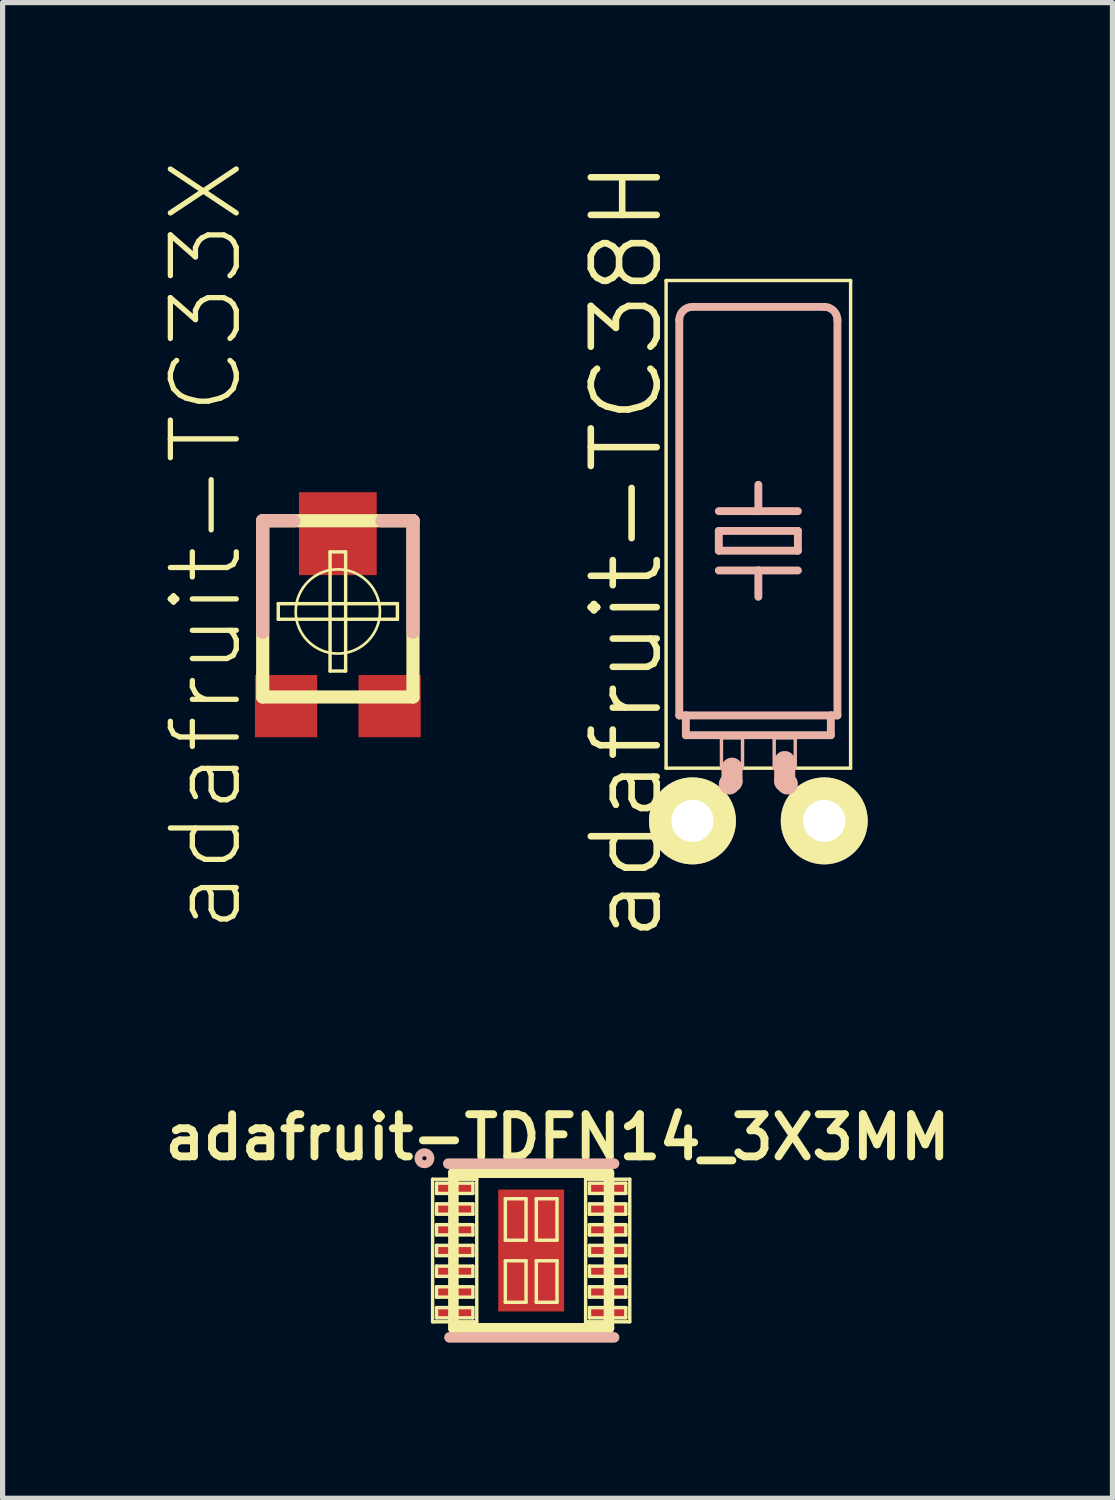
<source format=kicad_pcb>
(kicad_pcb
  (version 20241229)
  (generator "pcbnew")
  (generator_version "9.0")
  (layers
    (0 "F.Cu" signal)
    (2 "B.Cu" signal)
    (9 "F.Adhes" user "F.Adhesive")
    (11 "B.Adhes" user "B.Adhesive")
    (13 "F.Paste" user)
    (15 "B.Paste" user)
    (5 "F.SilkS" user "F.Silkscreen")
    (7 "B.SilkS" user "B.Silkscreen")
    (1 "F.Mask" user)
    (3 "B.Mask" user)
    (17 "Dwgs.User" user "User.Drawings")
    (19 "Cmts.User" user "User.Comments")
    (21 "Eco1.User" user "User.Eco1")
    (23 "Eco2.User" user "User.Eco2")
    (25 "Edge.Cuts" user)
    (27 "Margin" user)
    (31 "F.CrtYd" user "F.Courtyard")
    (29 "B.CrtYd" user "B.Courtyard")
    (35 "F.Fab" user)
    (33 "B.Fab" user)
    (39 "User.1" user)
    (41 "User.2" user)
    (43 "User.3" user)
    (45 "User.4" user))
  (footprint "adafruit-TDFN14_3X3MM"
    (layer "F.Cu")
    (at 7.187 21.05)
    (property "Reference" "adafruit-TDFN14_3X3MM" (at 0.508 -2.182 0) (layer "F.SilkS") (effects (font (size 0.813 0.813) (thickness 0.152))))
    (attr smd)
    (fp_line (start -1.9 -1.374) (end -1.049 -1.374) (stroke (width 0.066) (type solid)) (layer "F.SilkS"))
    (fp_line (start -1.9 1.374) (end -1.9 -1.374) (stroke (width 0.066) (type solid)) (layer "F.SilkS"))
    (fp_line (start -1.9 1.374) (end -1.049 1.374) (stroke (width 0.066) (type solid)) (layer "F.SilkS"))
    (fp_line (start -1.824 -1.298) (end -1.123 -1.298) (stroke (width 0.066) (type solid)) (layer "F.SilkS"))
    (fp_line (start -1.824 -1.1) (end -1.824 -1.298) (stroke (width 0.066) (type solid)) (layer "F.SilkS"))
    (fp_line (start -1.824 -1.1) (end -1.123 -1.1) (stroke (width 0.066) (type solid)) (layer "F.SilkS"))
    (fp_line (start -1.824 -0.899) (end -1.123 -0.899) (stroke (width 0.066) (type solid)) (layer "F.SilkS"))
    (fp_line (start -1.824 -0.699) (end -1.824 -0.899) (stroke (width 0.066) (type solid)) (layer "F.SilkS"))
    (fp_line (start -1.824 -0.699) (end -1.123 -0.699) (stroke (width 0.066) (type solid)) (layer "F.SilkS"))
    (fp_line (start -1.824 -0.498) (end -1.123 -0.498) (stroke (width 0.066) (type solid)) (layer "F.SilkS"))
    (fp_line (start -1.824 -0.3) (end -1.824 -0.498) (stroke (width 0.066) (type solid)) (layer "F.SilkS"))
    (fp_line (start -1.824 -0.3) (end -1.123 -0.3) (stroke (width 0.066) (type solid)) (layer "F.SilkS"))
    (fp_line (start -1.824 -0.099) (end -1.123 -0.099) (stroke (width 0.066) (type solid)) (layer "F.SilkS"))
    (fp_line (start -1.824 0.099) (end -1.824 -0.099) (stroke (width 0.066) (type solid)) (layer "F.SilkS"))
    (fp_line (start -1.824 0.099) (end -1.123 0.099) (stroke (width 0.066) (type solid)) (layer "F.SilkS"))
    (fp_line (start -1.824 0.3) (end -1.123 0.3) (stroke (width 0.066) (type solid)) (layer "F.SilkS"))
    (fp_line (start -1.824 0.498) (end -1.824 0.3) (stroke (width 0.066) (type solid)) (layer "F.SilkS"))
    (fp_line (start -1.824 0.498) (end -1.123 0.498) (stroke (width 0.066) (type solid)) (layer "F.SilkS"))
    (fp_line (start -1.824 0.699) (end -1.123 0.699) (stroke (width 0.066) (type solid)) (layer "F.SilkS"))
    (fp_line (start -1.824 0.899) (end -1.824 0.699) (stroke (width 0.066) (type solid)) (layer "F.SilkS"))
    (fp_line (start -1.824 0.899) (end -1.123 0.899) (stroke (width 0.066) (type solid)) (layer "F.SilkS"))
    (fp_line (start -1.824 1.1) (end -1.123 1.1) (stroke (width 0.066) (type solid)) (layer "F.SilkS"))
    (fp_line (start -1.824 1.298) (end -1.824 1.1) (stroke (width 0.066) (type solid)) (layer "F.SilkS"))
    (fp_line (start -1.824 1.298) (end -1.123 1.298) (stroke (width 0.066) (type solid)) (layer "F.SilkS"))
    (fp_line (start -1.499 -1.499) (end 1.499 -1.499) (stroke (width 0.203) (type solid)) (layer "F.SilkS"))
    (fp_line (start -1.499 1.499) (end -1.499 -1.499) (stroke (width 0.203) (type solid)) (layer "F.SilkS"))
    (fp_line (start -1.123 -1.1) (end -1.123 -1.298) (stroke (width 0.066) (type solid)) (layer "F.SilkS"))
    (fp_line (start -1.123 -0.699) (end -1.123 -0.899) (stroke (width 0.066) (type solid)) (layer "F.SilkS"))
    (fp_line (start -1.123 -0.3) (end -1.123 -0.498) (stroke (width 0.066) (type solid)) (layer "F.SilkS"))
    (fp_line (start -1.123 0.099) (end -1.123 -0.099) (stroke (width 0.066) (type solid)) (layer "F.SilkS"))
    (fp_line (start -1.123 0.498) (end -1.123 0.3) (stroke (width 0.066) (type solid)) (layer "F.SilkS"))
    (fp_line (start -1.123 0.899) (end -1.123 0.699) (stroke (width 0.066) (type solid)) (layer "F.SilkS"))
    (fp_line (start -1.123 1.298) (end -1.123 1.1) (stroke (width 0.066) (type solid)) (layer "F.SilkS"))
    (fp_line (start -1.049 1.374) (end -1.049 -1.374) (stroke (width 0.066) (type solid)) (layer "F.SilkS"))
    (fp_line (start -0.498 -0.998) (end -0.099 -0.998) (stroke (width 0.066) (type solid)) (layer "F.SilkS"))
    (fp_line (start -0.498 -0.198) (end -0.498 -0.998) (stroke (width 0.066) (type solid)) (layer "F.SilkS"))
    (fp_line (start -0.498 -0.198) (end -0.099 -0.198) (stroke (width 0.066) (type solid)) (layer "F.SilkS"))
    (fp_line (start -0.498 0.198) (end -0.099 0.198) (stroke (width 0.066) (type solid)) (layer "F.SilkS"))
    (fp_line (start -0.498 0.998) (end -0.498 0.198) (stroke (width 0.066) (type solid)) (layer "F.SilkS"))
    (fp_line (start -0.498 0.998) (end -0.099 0.998) (stroke (width 0.066) (type solid)) (layer "F.SilkS"))
    (fp_line (start -0.099 -0.198) (end -0.099 -0.998) (stroke (width 0.066) (type solid)) (layer "F.SilkS"))
    (fp_line (start -0.099 0.998) (end -0.099 0.198) (stroke (width 0.066) (type solid)) (layer "F.SilkS"))
    (fp_line (start 0.099 -0.998) (end 0.498 -0.998) (stroke (width 0.066) (type solid)) (layer "F.SilkS"))
    (fp_line (start 0.099 -0.198) (end 0.099 -0.998) (stroke (width 0.066) (type solid)) (layer "F.SilkS"))
    (fp_line (start 0.099 -0.198) (end 0.498 -0.198) (stroke (width 0.066) (type solid)) (layer "F.SilkS"))
    (fp_line (start 0.099 0.198) (end 0.498 0.198) (stroke (width 0.066) (type solid)) (layer "F.SilkS"))
    (fp_line (start 0.099 0.998) (end 0.099 0.198) (stroke (width 0.066) (type solid)) (layer "F.SilkS"))
    (fp_line (start 0.099 0.998) (end 0.498 0.998) (stroke (width 0.066) (type solid)) (layer "F.SilkS"))
    (fp_line (start 0.498 -0.198) (end 0.498 -0.998) (stroke (width 0.066) (type solid)) (layer "F.SilkS"))
    (fp_line (start 0.498 0.998) (end 0.498 0.198) (stroke (width 0.066) (type solid)) (layer "F.SilkS"))
    (fp_line (start 1.049 -1.374) (end 1.9 -1.374) (stroke (width 0.066) (type solid)) (layer "F.SilkS"))
    (fp_line (start 1.049 1.374) (end 1.049 -1.374) (stroke (width 0.066) (type solid)) (layer "F.SilkS"))
    (fp_line (start 1.049 1.374) (end 1.9 1.374) (stroke (width 0.066) (type solid)) (layer "F.SilkS"))
    (fp_line (start 1.123 -1.298) (end 1.824 -1.298) (stroke (width 0.066) (type solid)) (layer "F.SilkS"))
    (fp_line (start 1.123 -1.1) (end 1.123 -1.298) (stroke (width 0.066) (type solid)) (layer "F.SilkS"))
    (fp_line (start 1.123 -1.1) (end 1.824 -1.1) (stroke (width 0.066) (type solid)) (layer "F.SilkS"))
    (fp_line (start 1.123 -0.899) (end 1.824 -0.899) (stroke (width 0.066) (type solid)) (layer "F.SilkS"))
    (fp_line (start 1.123 -0.699) (end 1.123 -0.899) (stroke (width 0.066) (type solid)) (layer "F.SilkS"))
    (fp_line (start 1.123 -0.699) (end 1.824 -0.699) (stroke (width 0.066) (type solid)) (layer "F.SilkS"))
    (fp_line (start 1.123 -0.498) (end 1.824 -0.498) (stroke (width 0.066) (type solid)) (layer "F.SilkS"))
    (fp_line (start 1.123 -0.3) (end 1.123 -0.498) (stroke (width 0.066) (type solid)) (layer "F.SilkS"))
    (fp_line (start 1.123 -0.3) (end 1.824 -0.3) (stroke (width 0.066) (type solid)) (layer "F.SilkS"))
    (fp_line (start 1.123 -0.099) (end 1.824 -0.099) (stroke (width 0.066) (type solid)) (layer "F.SilkS"))
    (fp_line (start 1.123 0.099) (end 1.123 -0.099) (stroke (width 0.066) (type solid)) (layer "F.SilkS"))
    (fp_line (start 1.123 0.099) (end 1.824 0.099) (stroke (width 0.066) (type solid)) (layer "F.SilkS"))
    (fp_line (start 1.123 0.3) (end 1.824 0.3) (stroke (width 0.066) (type solid)) (layer "F.SilkS"))
    (fp_line (start 1.123 0.498) (end 1.123 0.3) (stroke (width 0.066) (type solid)) (layer "F.SilkS"))
    (fp_line (start 1.123 0.498) (end 1.824 0.498) (stroke (width 0.066) (type solid)) (layer "F.SilkS"))
    (fp_line (start 1.123 0.699) (end 1.824 0.699) (stroke (width 0.066) (type solid)) (layer "F.SilkS"))
    (fp_line (start 1.123 0.899) (end 1.123 0.699) (stroke (width 0.066) (type solid)) (layer "F.SilkS"))
    (fp_line (start 1.123 0.899) (end 1.824 0.899) (stroke (width 0.066) (type solid)) (layer "F.SilkS"))
    (fp_line (start 1.123 1.1) (end 1.824 1.1) (stroke (width 0.066) (type solid)) (layer "F.SilkS"))
    (fp_line (start 1.123 1.298) (end 1.123 1.1) (stroke (width 0.066) (type solid)) (layer "F.SilkS"))
    (fp_line (start 1.123 1.298) (end 1.824 1.298) (stroke (width 0.066) (type solid)) (layer "F.SilkS"))
    (fp_line (start 1.499 -1.499) (end 1.499 1.499) (stroke (width 0.203) (type solid)) (layer "F.SilkS"))
    (fp_line (start 1.499 1.499) (end -1.499 1.499) (stroke (width 0.203) (type solid)) (layer "F.SilkS"))
    (fp_line (start 1.824 -1.1) (end 1.824 -1.298) (stroke (width 0.066) (type solid)) (layer "F.SilkS"))
    (fp_line (start 1.824 -0.699) (end 1.824 -0.899) (stroke (width 0.066) (type solid)) (layer "F.SilkS"))
    (fp_line (start 1.824 -0.3) (end 1.824 -0.498) (stroke (width 0.066) (type solid)) (layer "F.SilkS"))
    (fp_line (start 1.824 0.099) (end 1.824 -0.099) (stroke (width 0.066) (type solid)) (layer "F.SilkS"))
    (fp_line (start 1.824 0.498) (end 1.824 0.3) (stroke (width 0.066) (type solid)) (layer "F.SilkS"))
    (fp_line (start 1.824 0.899) (end 1.824 0.699) (stroke (width 0.066) (type solid)) (layer "F.SilkS"))
    (fp_line (start 1.824 1.298) (end 1.824 1.1) (stroke (width 0.066) (type solid)) (layer "F.SilkS"))
    (fp_line (start 1.9 1.374) (end 1.9 -1.374) (stroke (width 0.066) (type solid)) (layer "F.SilkS"))
    (fp_line (start -1.598 -1.674) (end 1.598 -1.674) (stroke (width 0.203) (type solid)) (layer "B.SilkS"))
    (fp_line (start -1.575 1.674) (end 1.598 1.674) (stroke (width 0.203) (type solid)) (layer "B.SilkS"))
    (fp_circle (center -2.057 -1.778) (end -2.085 -1.806) (stroke (width 0.152) (type solid)) (fill no) (layer "B.SilkS"))
    (pad "P$1" smd rect (at -1.473 -1.199) (size 0.699 0.198) (layers "F.Cu" "F.Mask" "F.Paste"))
    (pad "P$2" smd rect (at -1.473 -0.798) (size 0.699 0.198) (layers "F.Cu" "F.Mask" "F.Paste"))
    (pad "P$3" smd rect (at -1.473 -0.399) (size 0.699 0.198) (layers "F.Cu" "F.Mask" "F.Paste"))
    (pad "P$4" smd rect (at -1.473 0) (size 0.699 0.198) (layers "F.Cu" "F.Mask" "F.Paste"))
    (pad "P$5" smd rect (at -1.473 0.399) (size 0.699 0.198) (layers "F.Cu" "F.Mask" "F.Paste"))
    (pad "P$6" smd rect (at -1.473 0.798) (size 0.699 0.198) (layers "F.Cu" "F.Mask" "F.Paste"))
    (pad "P$7" smd rect (at -1.473 1.199) (size 0.699 0.198) (layers "F.Cu" "F.Mask" "F.Paste"))
    (pad "P$8" smd rect (at 1.473 1.199) (size 0.699 0.198) (layers "F.Cu" "F.Mask" "F.Paste"))
    (pad "P$9" smd rect (at 1.473 0.798) (size 0.699 0.198) (layers "F.Cu" "F.Mask" "F.Paste"))
    (pad "P$10" smd rect (at 1.473 0.399) (size 0.699 0.198) (layers "F.Cu" "F.Mask" "F.Paste"))
    (pad "P$11" smd rect (at 1.473 0) (size 0.699 0.198) (layers "F.Cu" "F.Mask" "F.Paste"))
    (pad "P$12" smd rect (at 1.473 -0.399) (size 0.699 0.198) (layers "F.Cu" "F.Mask" "F.Paste"))
    (pad "P$13" smd rect (at 1.473 -0.798) (size 0.699 0.198) (layers "F.Cu" "F.Mask" "F.Paste"))
    (pad "P$14" smd rect (at 1.473 -1.199) (size 0.699 0.198) (layers "F.Cu" "F.Mask" "F.Paste"))
    (pad "P$TH" smd rect (at 0 0) (size 1.27 2.349) (layers "F.Cu" "F.Mask" "F.Paste")))
  (footprint "adafruit-TC33X"
    (layer "F.Cu")
    (at 3.461 8.734)
    (property "Reference" "adafruit-TC33X" (at -2.54 -1.27 90) (layer "F.SilkS") (effects (font (size 1.27 1.27) (thickness 0.102))))
    (attr smd)
    (fp_line (start -1.448 -1.748) (end -1.448 1.648) (stroke (width 0.254) (type solid)) (layer "F.SilkS"))
    (fp_line (start -1.448 1.648) (end 1.448 1.648) (stroke (width 0.254) (type solid)) (layer "F.SilkS"))
    (fp_line (start -1.148 -0.15) (end 1.148 -0.15) (stroke (width 0.066) (type solid)) (layer "F.SilkS"))
    (fp_line (start -1.148 0.15) (end -1.148 -0.15) (stroke (width 0.066) (type solid)) (layer "F.SilkS"))
    (fp_line (start -1.148 0.15) (end 1.148 0.15) (stroke (width 0.066) (type solid)) (layer "F.SilkS"))
    (fp_line (start -0.15 -1.148) (end 0.15 -1.148) (stroke (width 0.066) (type solid)) (layer "F.SilkS"))
    (fp_line (start -0.15 1.148) (end -0.15 -1.148) (stroke (width 0.066) (type solid)) (layer "F.SilkS"))
    (fp_line (start -0.15 1.148) (end 0.15 1.148) (stroke (width 0.066) (type solid)) (layer "F.SilkS"))
    (fp_line (start 0.15 1.148) (end 0.15 -1.148) (stroke (width 0.066) (type solid)) (layer "F.SilkS"))
    (fp_line (start 1.148 0.15) (end 1.148 -0.15) (stroke (width 0.066) (type solid)) (layer "F.SilkS"))
    (fp_line (start 1.448 -1.748) (end -1.448 -1.748) (stroke (width 0.254) (type solid)) (layer "F.SilkS"))
    (fp_line (start 1.448 1.648) (end 1.448 -1.748) (stroke (width 0.254) (type solid)) (layer "F.SilkS"))
    (fp_circle (center 0 0) (end -0.574 0.574) (stroke (width 0.051) (type solid)) (fill no) (layer "F.SilkS"))
    (fp_line (start -1.448 -1.748) (end -0.848 -1.748) (stroke (width 0.254) (type solid)) (layer "B.SilkS"))
    (fp_line (start -1.448 0.399) (end -1.448 -1.748) (stroke (width 0.254) (type solid)) (layer "B.SilkS"))
    (fp_line (start 1.448 -1.748) (end 0.848 -1.748) (stroke (width 0.254) (type solid)) (layer "B.SilkS"))
    (fp_line (start 1.448 0.399) (end 1.448 -1.748) (stroke (width 0.254) (type solid)) (layer "B.SilkS"))
    (pad "1" smd rect (at -0.998 1.824) (size 1.199 1.199) (layers "F.Cu" "F.Mask" "F.Paste"))
    (pad "2" smd rect (at 0 -1.499) (size 1.499 1.598) (layers "F.Cu" "F.Mask" "F.Paste"))
    (pad "3" smd rect (at 0.998 1.824) (size 1.199 1.199) (layers "F.Cu" "F.Mask" "F.Paste")))
  (footprint "adafruit-TC38H"
    (layer "F.Cu")
    (at 11.565 12.77)
    (property "Reference" "adafruit-TC38H" (at -2.54 -5.207 90) (layer "F.SilkS") (effects (font (size 1.27 1.27) (thickness 0.127))))
    (attr exclude_from_pos_files exclude_from_bom)
    (fp_line (start -1.778 -10.414) (end 1.778 -10.414) (stroke (width 0.066) (type solid)) (layer "F.SilkS"))
    (fp_line (start -1.778 -1.016) (end -1.778 -10.414) (stroke (width 0.066) (type solid)) (layer "F.SilkS"))
    (fp_line (start -1.778 -1.016) (end 1.778 -1.016) (stroke (width 0.066) (type solid)) (layer "F.SilkS"))
    (fp_line (start -0.635 -0.635) (end -1.27 0) (stroke (width 0.152) (type solid)) (layer "F.SilkS"))
    (fp_line (start 0.635 -0.635) (end 1.27 0) (stroke (width 0.152) (type solid)) (layer "F.SilkS"))
    (fp_line (start 1.778 -1.016) (end 1.778 -10.414) (stroke (width 0.066) (type solid)) (layer "F.SilkS"))
    (fp_line (start -1.524 -2.032) (end -1.524 -9.652) (stroke (width 0.152) (type solid)) (layer "B.SilkS"))
    (fp_line (start -1.524 -2.032) (end -1.397 -2.032) (stroke (width 0.152) (type solid)) (layer "B.SilkS"))
    (fp_line (start -1.397 -1.651) (end -1.397 -2.032) (stroke (width 0.152) (type solid)) (layer "B.SilkS"))
    (fp_line (start -1.397 -1.651) (end 1.397 -1.651) (stroke (width 0.152) (type solid)) (layer "B.SilkS"))
    (fp_line (start -1.27 -9.906) (end 1.27 -9.906) (stroke (width 0.152) (type solid)) (layer "B.SilkS"))
    (fp_line (start -0.762 -5.969) (end 0 -5.969) (stroke (width 0.152) (type solid)) (layer "B.SilkS"))
    (fp_line (start -0.762 -5.588) (end -0.762 -5.207) (stroke (width 0.152) (type solid)) (layer "B.SilkS"))
    (fp_line (start -0.762 -5.588) (end 0.762 -5.588) (stroke (width 0.152) (type solid)) (layer "B.SilkS"))
    (fp_line (start -0.762 -4.826) (end 0 -4.826) (stroke (width 0.152) (type solid)) (layer "B.SilkS"))
    (fp_line (start -0.711 -1.6) (end -0.305 -1.6) (stroke (width 0.066) (type solid)) (layer "B.SilkS"))
    (fp_line (start -0.711 -1.016) (end -0.711 -1.6) (stroke (width 0.066) (type solid)) (layer "B.SilkS"))
    (fp_line (start -0.711 -1.016) (end -0.305 -1.016) (stroke (width 0.066) (type solid)) (layer "B.SilkS"))
    (fp_line (start -0.559 -0.711) (end -0.508 -0.762) (stroke (width 0.406) (type solid)) (layer "B.SilkS"))
    (fp_line (start -0.508 -0.762) (end -0.508 -1.016) (stroke (width 0.406) (type solid)) (layer "B.SilkS"))
    (fp_line (start -0.305 -1.016) (end -0.305 -1.6) (stroke (width 0.066) (type solid)) (layer "B.SilkS"))
    (fp_line (start 0 -5.969) (end 0 -6.477) (stroke (width 0.152) (type solid)) (layer "B.SilkS"))
    (fp_line (start 0 -5.969) (end 0.762 -5.969) (stroke (width 0.152) (type solid)) (layer "B.SilkS"))
    (fp_line (start 0 -4.826) (end 0 -4.318) (stroke (width 0.152) (type solid)) (layer "B.SilkS"))
    (fp_line (start 0 -4.826) (end 0.762 -4.826) (stroke (width 0.152) (type solid)) (layer "B.SilkS"))
    (fp_line (start 0.305 -1.6) (end 0.711 -1.6) (stroke (width 0.066) (type solid)) (layer "B.SilkS"))
    (fp_line (start 0.305 -1.016) (end 0.305 -1.6) (stroke (width 0.066) (type solid)) (layer "B.SilkS"))
    (fp_line (start 0.305 -1.016) (end 0.711 -1.016) (stroke (width 0.066) (type solid)) (layer "B.SilkS"))
    (fp_line (start 0.508 -0.762) (end 0.508 -1.143) (stroke (width 0.406) (type solid)) (layer "B.SilkS"))
    (fp_line (start 0.559 -0.711) (end 0.508 -0.762) (stroke (width 0.406) (type solid)) (layer "B.SilkS"))
    (fp_line (start 0.711 -1.016) (end 0.711 -1.6) (stroke (width 0.066) (type solid)) (layer "B.SilkS"))
    (fp_line (start 0.762 -5.207) (end -0.762 -5.207) (stroke (width 0.152) (type solid)) (layer "B.SilkS"))
    (fp_line (start 0.762 -5.207) (end 0.762 -5.588) (stroke (width 0.152) (type solid)) (layer "B.SilkS"))
    (fp_line (start 1.397 -2.032) (end -1.397 -2.032) (stroke (width 0.152) (type solid)) (layer "B.SilkS"))
    (fp_line (start 1.397 -1.651) (end 1.397 -2.032) (stroke (width 0.152) (type solid)) (layer "B.SilkS"))
    (fp_line (start 1.524 -2.032) (end 1.397 -2.032) (stroke (width 0.152) (type solid)) (layer "B.SilkS"))
    (fp_line (start 1.524 -2.032) (end 1.524 -9.652) (stroke (width 0.152) (type solid)) (layer "B.SilkS"))
    (fp_arc (start -1.524 -9.652) (mid -1.449605 -9.831605) (end -1.27 -9.906) (stroke (width 0.1524) (type solid)) (layer "B.SilkS"))
    (fp_arc (start 1.27 -9.906) (mid 1.449605 -9.831605) (end 1.524 -9.652) (stroke (width 0.1524) (type solid)) (layer "B.SilkS"))
    (pad "1" thru_hole circle (at -1.27 0) (size 1.676 1.676) (drill 0.813) (layers "*.Cu" "F.Mask" "F.SilkS" "F.Paste"))
    (pad "2" thru_hole circle (at 1.27 0) (size 1.676 1.676) (drill 0.813) (layers "*.Cu" "F.Mask" "F.SilkS" "F.Paste")))
  (gr_rect
    (start -3 -3)
    (end 18.389 25.825)
    (stroke (width 0.1) (type default))
    (fill no)
    (layer "Edge.Cuts")))
</source>
